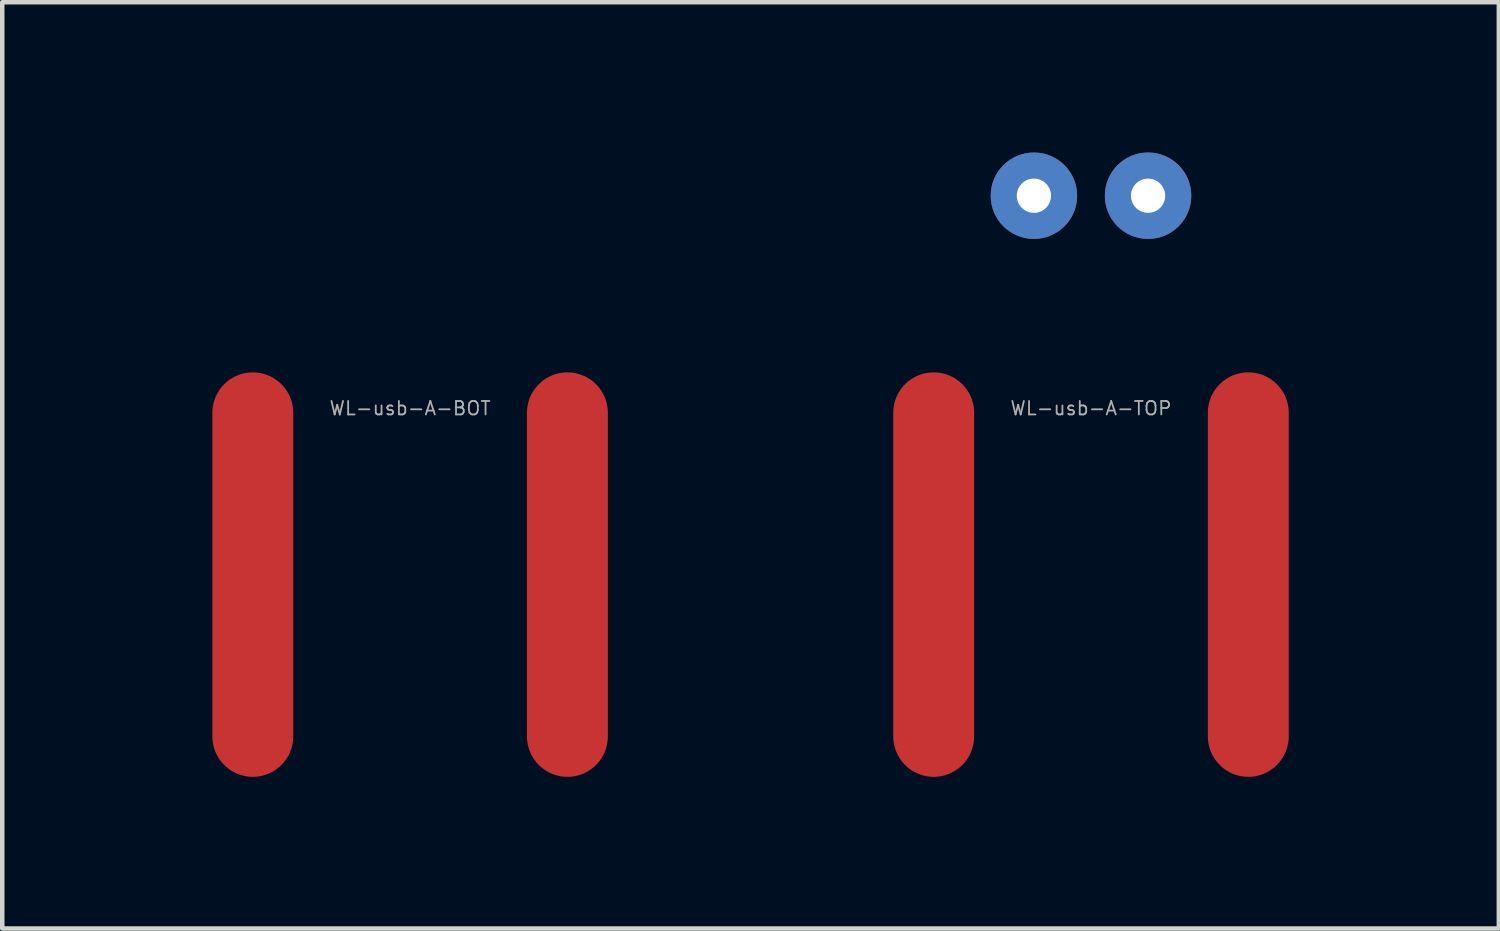
<source format=kicad_pcb>
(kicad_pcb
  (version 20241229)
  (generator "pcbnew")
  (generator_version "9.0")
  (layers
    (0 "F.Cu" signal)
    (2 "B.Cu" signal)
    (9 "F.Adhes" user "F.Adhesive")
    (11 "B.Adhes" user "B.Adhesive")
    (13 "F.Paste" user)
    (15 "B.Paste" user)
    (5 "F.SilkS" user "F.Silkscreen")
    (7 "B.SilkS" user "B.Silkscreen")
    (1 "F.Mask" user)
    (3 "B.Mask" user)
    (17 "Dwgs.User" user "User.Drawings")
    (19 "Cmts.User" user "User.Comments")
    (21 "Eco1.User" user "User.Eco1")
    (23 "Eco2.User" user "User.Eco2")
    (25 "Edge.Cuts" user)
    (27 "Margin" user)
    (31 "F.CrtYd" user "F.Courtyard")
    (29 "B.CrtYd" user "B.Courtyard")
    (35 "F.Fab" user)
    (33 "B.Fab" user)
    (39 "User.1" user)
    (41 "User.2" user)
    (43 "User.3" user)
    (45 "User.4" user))
  (footprint "WL-usb-A-TOP"
    (layer "F.Cu")
    (at 21.225 6.535)
    (property "Reference" "WL-usb-A-TOP" (at 0 -0.5 0) (layer "F.Fab") (effects (font (size 0.3 0.3) (thickness 0.04))))
    (attr through_hole)
    (fp_line (start -6 -6.46) (end -6 8) (stroke (width 0.15) (type solid)) (layer "Eco1.User"))
    (fp_line (start 6 -6.46) (end -6 -6.46) (stroke (width 0.15) (type solid)) (layer "Eco1.User"))
    (fp_line (start 6 -4) (end -6 -4) (stroke (width 0.15) (type solid)) (layer "Eco1.User"))
    (fp_line (start 6 8) (end -6 8) (stroke (width 0.15) (type solid)) (layer "Eco1.User"))
    (fp_line (start 6 8) (end 6 -6.46) (stroke (width 0.15) (type solid)) (layer "Eco1.User"))
    (pad "1" thru_hole circle (at 1.27 -5.23) (size 1.923 1.923) (drill 0.762) (layers "*.Cu" "*.Mask"))
    (pad "1" smd oval (at 3.5 3.2) (size 1.8 9) (layers "F.Cu" "F.Mask"))
    (pad "4" smd oval (at -3.5 3.2) (size 1.8 9) (layers "F.Cu" "F.Mask"))
    (pad "4" thru_hole circle (at -1.27 -5.23) (size 1.923 1.923) (drill 0.762) (layers "*.Cu" "*.Mask")))
  (footprint "WL-usb-A-BOT"
    (layer "F.Cu")
    (at 6.075 6.535)
    (property "Reference" "WL-usb-A-BOT" (at 0 -0.5 0) (layer "F.Fab") (effects (font (size 0.3 0.3) (thickness 0.04))))
    (attr through_hole)
    (fp_line (start -6 -6.46) (end -6 8) (stroke (width 0.15) (type solid)) (layer "Eco1.User"))
    (fp_line (start 6 -6.46) (end -6 -6.46) (stroke (width 0.15) (type solid)) (layer "Eco1.User"))
    (fp_line (start 6 8) (end -6 8) (stroke (width 0.15) (type solid)) (layer "Eco1.User"))
    (fp_line (start 6 8) (end 6 -6.46) (stroke (width 0.15) (type solid)) (layer "Eco1.User"))
    (pad "1" smd oval (at 3.5 3.2) (size 1.8 9) (layers "F.Cu" "F.Mask"))
    (pad "4" smd oval (at -3.5 3.2) (size 1.8 9) (layers "F.Cu" "F.Mask")))
  (gr_rect
    (start -3 -3)
    (end 30.3 17.61)
    (stroke (width 0.1) (type default))
    (fill no)
    (layer "Edge.Cuts")))
</source>
